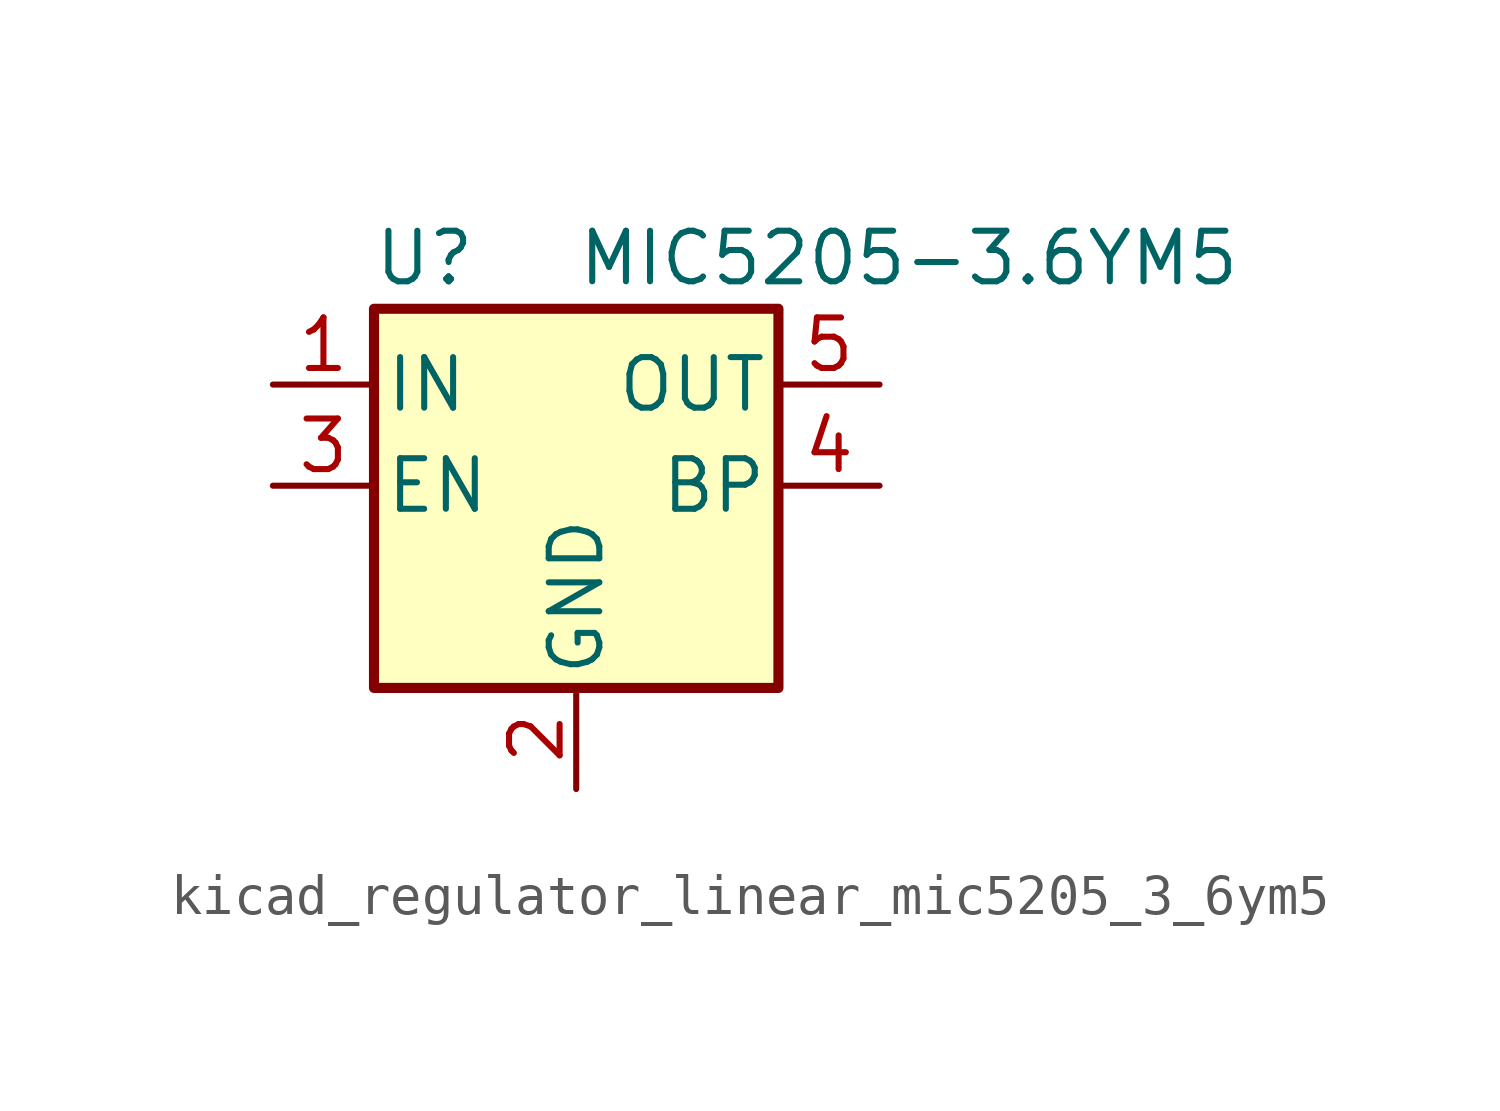
<source format=kicad_sym>
(kicad_symbol_lib
  (version 20220914)
  (generator kicad_symbol_editor)
  (symbol "kicad_regulator_linear_mic5205_3_6ym5"
    (pin_names
      (offset 0.254))
    (property "Reference" "U"
      (at -3.81 5.715 0)
      (effects (font (size 1.27 1.27))))
    (property "Value" "MIC5205-3.6YM5"
      (at 0 5.715 0)
      (effects (font (size 1.27 1.27)) (justify left)))
    (symbol "kicad_regulator_linear_mic5205_3_6ym5_0_1"
      (rectangle (start -5.08 4.445) (end 5.08 -5.08) (stroke (width 0.254) (type default)) (fill (type background))))
    (symbol "kicad_regulator_linear_mic5205_3_6ym5_1_1"
      (pin power_in line (at -7.62 2.54 0) (length 2.54) (name "IN" (effects (font (size 1.27 1.27)))) (number "1" (effects (font (size 1.27 1.27)))))
      (pin power_in line (at 0 -7.62 90) (length 2.54) (name "GND" (effects (font (size 1.27 1.27)))) (number "2" (effects (font (size 1.27 1.27)))))
      (pin input line (at -7.62 0 0) (length 2.54) (name "EN" (effects (font (size 1.27 1.27)))) (number "3" (effects (font (size 1.27 1.27)))))
      (pin input line (at 7.62 0 180) (length 2.54) (name "BP" (effects (font (size 1.27 1.27)))) (number "4" (effects (font (size 1.27 1.27)))))
      (pin power_out line (at 7.62 2.54 180) (length 2.54) (name "OUT" (effects (font (size 1.27 1.27)))) (number "5" (effects (font (size 1.27 1.27))))))))
</source>
